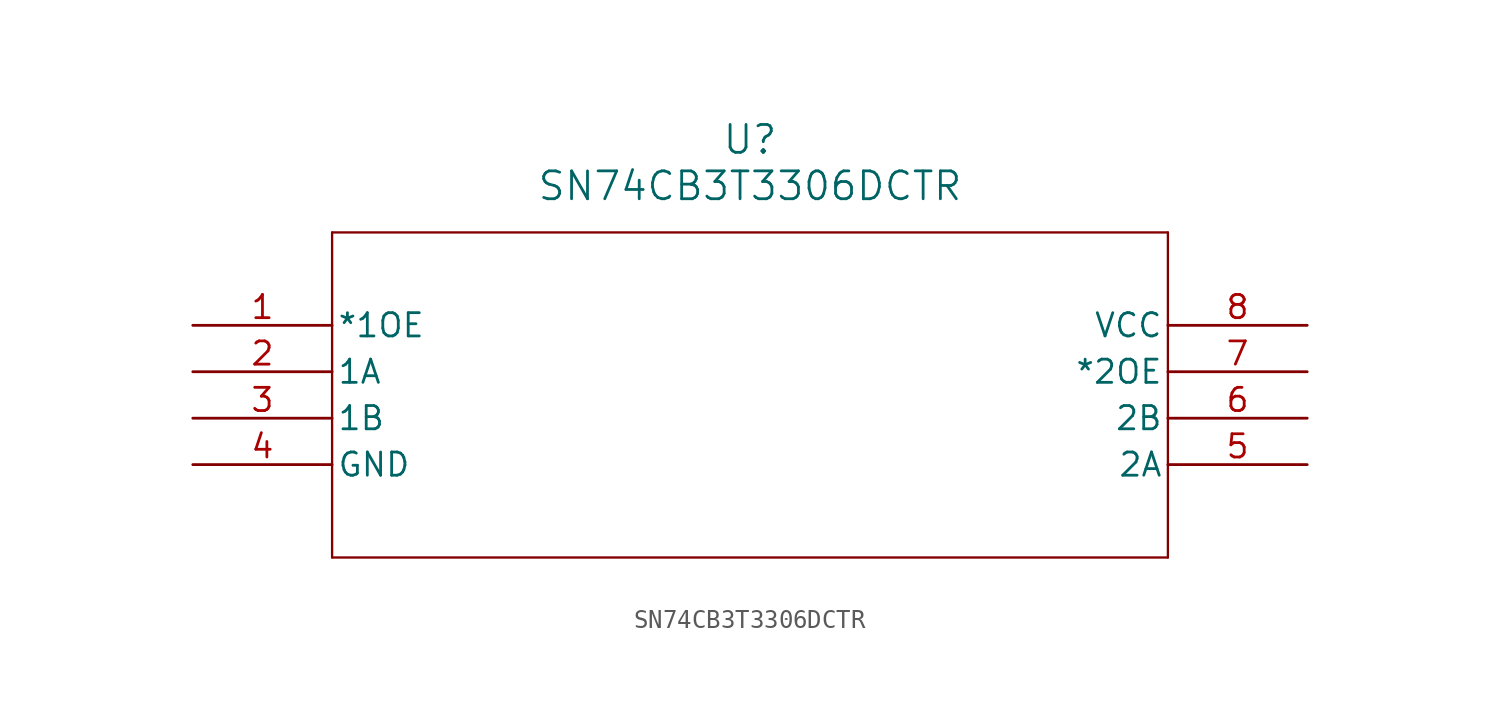
<source format=kicad_sym>
(kicad_symbol_lib
  (version 20211014)
  (generator kicad_symbol_editor)
  (symbol "SN74CB3T3306DCTR"
    (pin_names
      (offset 0.254))
    (property "Reference" "U"
      (at 30.48 10.16 0)
      (effects (font (size 1.524 1.524))))
    (property "Value" "SN74CB3T3306DCTR"
      (at 30.48 7.62 0)
      (effects (font (size 1.524 1.524))))
    (symbol "SN74CB3T3306DCTR_0_1"
      (polyline (pts (xy 7.62 5.08) (xy 7.62 -12.7)) (stroke (width 0.127) (type default) (color 0 0 0 0)) (fill (type none)))
      (polyline (pts (xy 7.62 -12.7) (xy 53.34 -12.7)) (stroke (width 0.127) (type default) (color 0 0 0 0)) (fill (type none)))
      (polyline (pts (xy 53.34 -12.7) (xy 53.34 5.08)) (stroke (width 0.127) (type default) (color 0 0 0 0)) (fill (type none)))
      (polyline (pts (xy 53.34 5.08) (xy 7.62 5.08)) (stroke (width 0.127) (type default) (color 0 0 0 0)) (fill (type none)))
      (pin input line (at 0 0 0) (length 7.62) (name "*1OE" (effects (font (size 1.27 1.27)))) (number "1" (effects (font (size 1.27 1.27)))))
      (pin input line (at 0 -2.54 0) (length 7.62) (name "1A" (effects (font (size 1.27 1.27)))) (number "2" (effects (font (size 1.27 1.27)))))
      (pin input line (at 0 -5.08 0) (length 7.62) (name "1B" (effects (font (size 1.27 1.27)))) (number "3" (effects (font (size 1.27 1.27)))))
      (pin power_in line (at 0 -7.62 0) (length 7.62) (name "GND" (effects (font (size 1.27 1.27)))) (number "4" (effects (font (size 1.27 1.27)))))
      (pin input line (at 60.96 -7.62 180) (length 7.62) (name "2A" (effects (font (size 1.27 1.27)))) (number "5" (effects (font (size 1.27 1.27)))))
      (pin input line (at 60.96 -5.08 180) (length 7.62) (name "2B" (effects (font (size 1.27 1.27)))) (number "6" (effects (font (size 1.27 1.27)))))
      (pin input line (at 60.96 -2.54 180) (length 7.62) (name "*2OE" (effects (font (size 1.27 1.27)))) (number "7" (effects (font (size 1.27 1.27)))))
      (pin power_in line (at 60.96 0 180) (length 7.62) (name "VCC" (effects (font (size 1.27 1.27)))) (number "8" (effects (font (size 1.27 1.27))))))))
</source>
